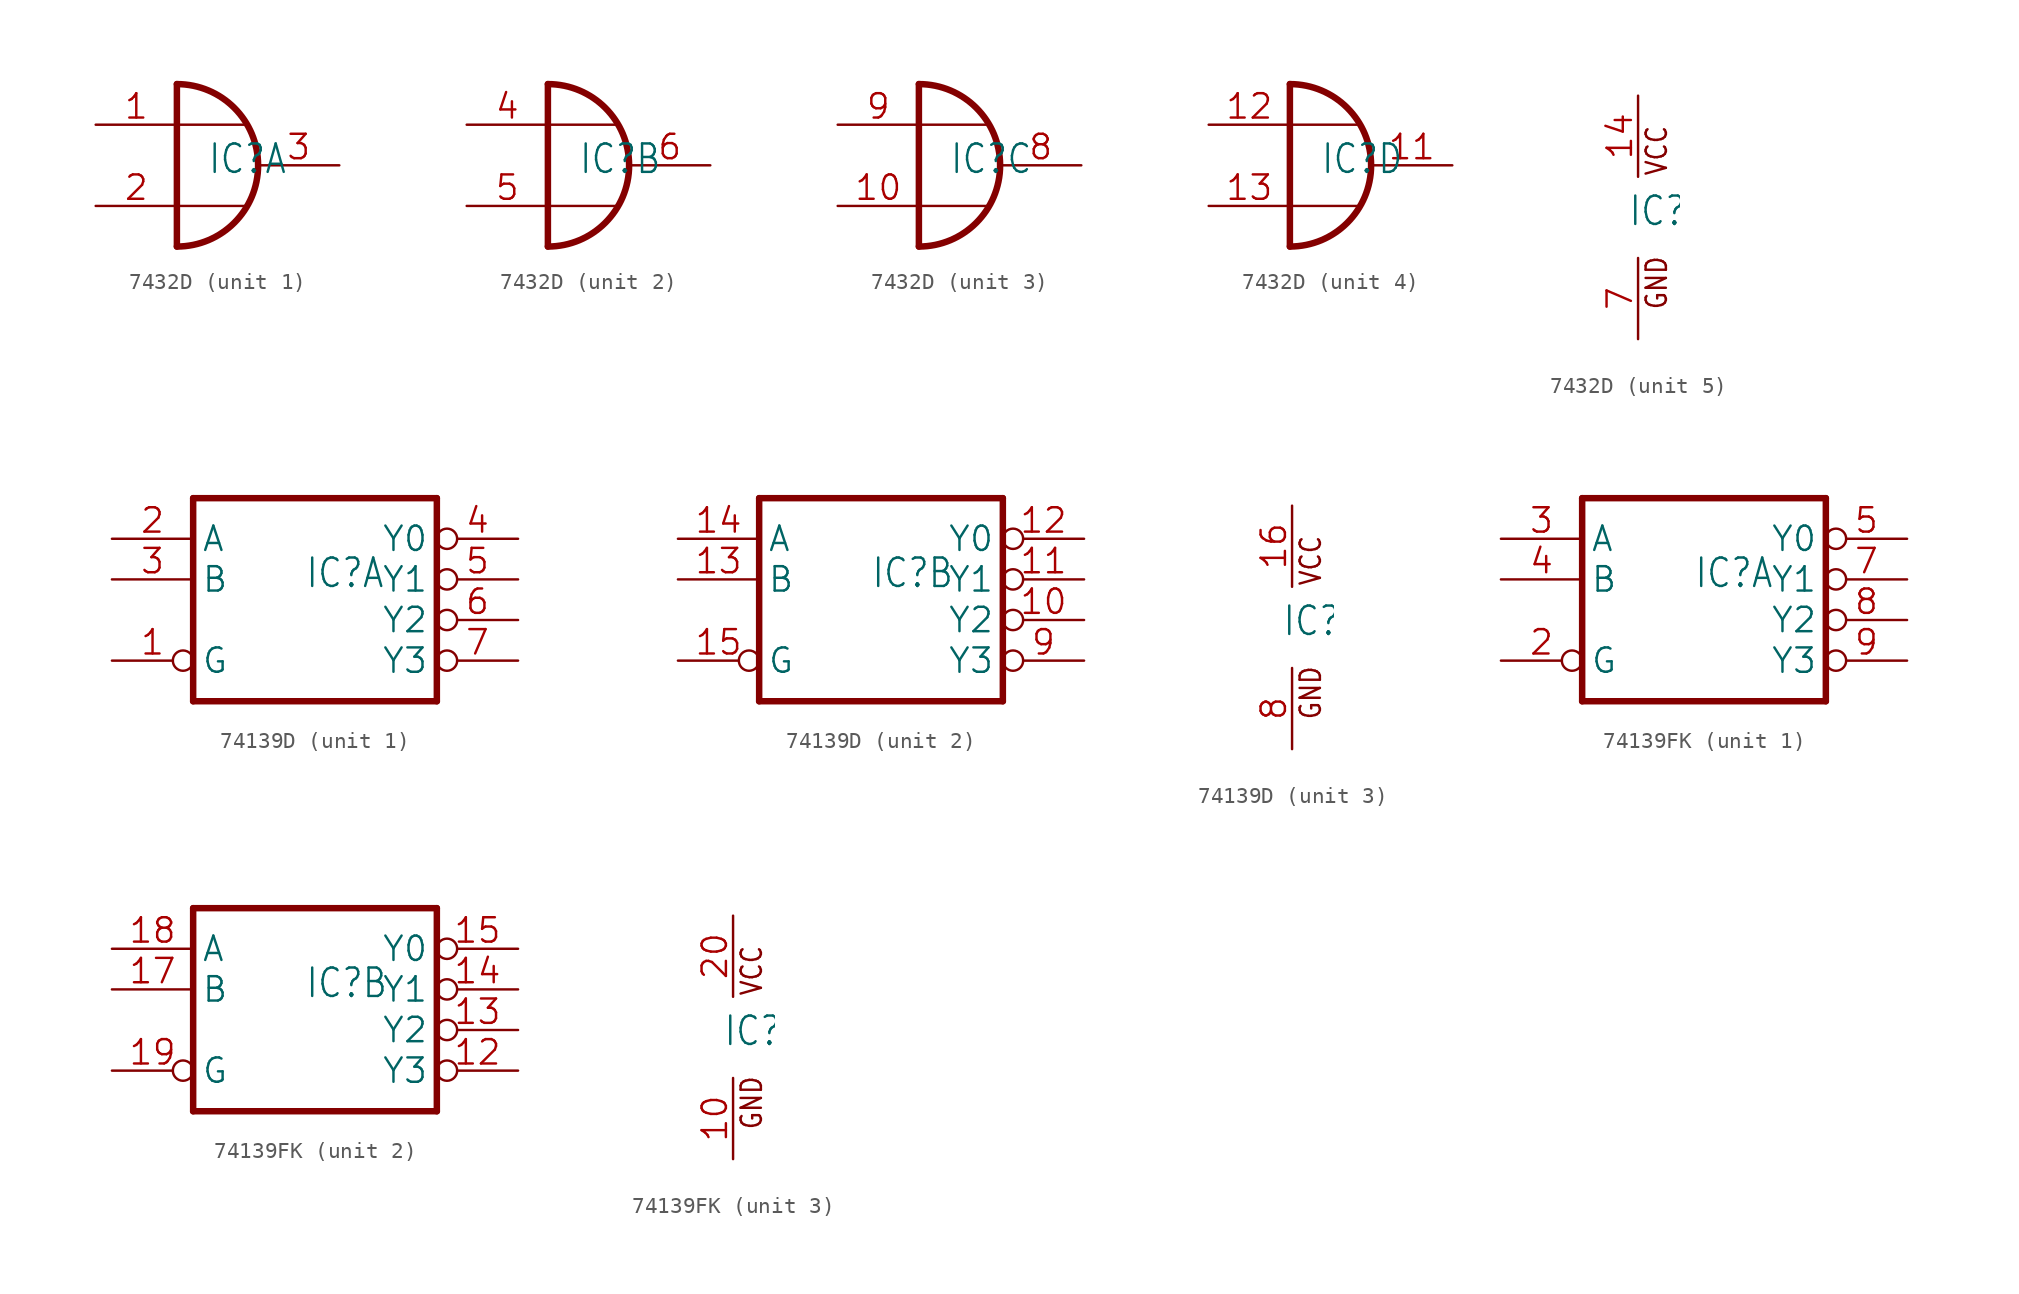
<source format=kicad_sym>
(kicad_symbol_lib
  (version 20241209)
  (generator "kicad_symbol_editor")
  (generator_version "9.0")
  (symbol "7432D"
    (property "Reference" "IC"
      (at -0.635 -0.635 0)
      (effects (font (size 1.778 1.511)) (justify left bottom)))
    (property "ki_locked" ""
      (at 0 0 0)
      (effects (font (size 1.27 1.27))))
    (symbol "7432D_1_0"
      (polyline (pts (xy -2.54 5.08) (xy -2.54 -5.08)) (stroke (width 0.406) (type solid)) (fill (type none)))
      (arc (start -2.54 5.08) (mid 2.5401 0.0001) (end -2.5398 -5.08) (stroke (width 0.4064) (type solid)) (fill (type none)))
      (polyline (pts (xy 1.778 2.54) (xy -2.54 2.54)) (stroke (width 0.152) (type solid)) (fill (type none)))
      (polyline (pts (xy 1.778 -2.54) (xy -2.54 -2.54)) (stroke (width 0.152) (type solid)) (fill (type none)))
      (pin input line (at -7.62 2.54 0) (length 5.08) (name "I0" (effects (font (size 0 0)))) (number "1" (effects (font (size 1.524 1.524)))))
      (pin input line (at -7.62 -2.54 0) (length 5.08) (name "I1" (effects (font (size 0 0)))) (number "2" (effects (font (size 1.524 1.524)))))
      (pin output line (at 7.62 0 180) (length 5.08) (name "O" (effects (font (size 0 0)))) (number "3" (effects (font (size 1.524 1.524))))))
    (symbol "7432D_2_0"
      (polyline (pts (xy -2.54 5.08) (xy -2.54 -5.08)) (stroke (width 0.406) (type solid)) (fill (type none)))
      (arc (start -2.54 5.08) (mid 2.5401 0.0001) (end -2.5398 -5.08) (stroke (width 0.4064) (type solid)) (fill (type none)))
      (polyline (pts (xy 1.778 2.54) (xy -2.54 2.54)) (stroke (width 0.152) (type solid)) (fill (type none)))
      (polyline (pts (xy 1.778 -2.54) (xy -2.54 -2.54)) (stroke (width 0.152) (type solid)) (fill (type none)))
      (pin input line (at -7.62 2.54 0) (length 5.08) (name "I0" (effects (font (size 0 0)))) (number "4" (effects (font (size 1.524 1.524)))))
      (pin input line (at -7.62 -2.54 0) (length 5.08) (name "I1" (effects (font (size 0 0)))) (number "5" (effects (font (size 1.524 1.524)))))
      (pin output line (at 7.62 0 180) (length 5.08) (name "O" (effects (font (size 0 0)))) (number "6" (effects (font (size 1.524 1.524))))))
    (symbol "7432D_3_0"
      (polyline (pts (xy -2.54 5.08) (xy -2.54 -5.08)) (stroke (width 0.406) (type solid)) (fill (type none)))
      (arc (start -2.54 5.08) (mid 2.5401 0.0001) (end -2.5398 -5.08) (stroke (width 0.4064) (type solid)) (fill (type none)))
      (polyline (pts (xy 1.778 2.54) (xy -2.54 2.54)) (stroke (width 0.152) (type solid)) (fill (type none)))
      (polyline (pts (xy 1.778 -2.54) (xy -2.54 -2.54)) (stroke (width 0.152) (type solid)) (fill (type none)))
      (pin input line (at -7.62 2.54 0) (length 5.08) (name "I0" (effects (font (size 0 0)))) (number "9" (effects (font (size 1.524 1.524)))))
      (pin input line (at -7.62 -2.54 0) (length 5.08) (name "I1" (effects (font (size 0 0)))) (number "10" (effects (font (size 1.524 1.524)))))
      (pin output line (at 7.62 0 180) (length 5.08) (name "O" (effects (font (size 0 0)))) (number "8" (effects (font (size 1.524 1.524))))))
    (symbol "7432D_4_0"
      (polyline (pts (xy -2.54 5.08) (xy -2.54 -5.08)) (stroke (width 0.406) (type solid)) (fill (type none)))
      (arc (start -2.54 5.08) (mid 2.5401 0.0001) (end -2.5398 -5.08) (stroke (width 0.4064) (type solid)) (fill (type none)))
      (polyline (pts (xy 1.778 2.54) (xy -2.54 2.54)) (stroke (width 0.152) (type solid)) (fill (type none)))
      (polyline (pts (xy 1.778 -2.54) (xy -2.54 -2.54)) (stroke (width 0.152) (type solid)) (fill (type none)))
      (pin input line (at -7.62 2.54 0) (length 5.08) (name "I0" (effects (font (size 0 0)))) (number "12" (effects (font (size 1.524 1.524)))))
      (pin input line (at -7.62 -2.54 0) (length 5.08) (name "I1" (effects (font (size 0 0)))) (number "13" (effects (font (size 1.524 1.524)))))
      (pin output line (at 7.62 0 180) (length 5.08) (name "O" (effects (font (size 0 0)))) (number "11" (effects (font (size 1.524 1.524))))))
    (symbol "7432D_5_0"
      (text "VCC" (at 1.905 2.54 900) (effects (font (size 1.27 1.079)) (justify left bottom)))
      (text "GND" (at 1.905 -5.842 900) (effects (font (size 1.27 1.079)) (justify left bottom)))
      (pin power_in line (at 0 7.62 270) (length 5.08) (name "VCC" (effects (font (size 0 0)))) (number "14" (effects (font (size 1.524 1.524)))))
      (pin power_in line (at 0 -7.62 90) (length 5.08) (name "GND" (effects (font (size 0 0)))) (number "7" (effects (font (size 1.524 1.524)))))))
  (symbol "74139D"
    (property "Reference" "IC"
      (at -0.635 -0.635 0)
      (effects (font (size 1.778 1.511)) (justify left bottom)))
    (property "ki_locked" ""
      (at 0 0 0)
      (effects (font (size 1.27 1.27))))
    (symbol "74139D_1_0"
      (polyline (pts (xy -7.62 5.08) (xy -7.62 -7.62)) (stroke (width 0.406) (type solid)) (fill (type none)))
      (polyline (pts (xy -7.62 -7.62) (xy 7.62 -7.62)) (stroke (width 0.406) (type solid)) (fill (type none)))
      (polyline (pts (xy 7.62 5.08) (xy -7.62 5.08)) (stroke (width 0.406) (type solid)) (fill (type none)))
      (polyline (pts (xy 7.62 -7.62) (xy 7.62 5.08)) (stroke (width 0.406) (type solid)) (fill (type none)))
      (pin input line (at -12.7 2.54 0) (length 5.08) (name "A" (effects (font (size 1.524 1.524)))) (number "2" (effects (font (size 1.524 1.524)))))
      (pin input line (at -12.7 0 0) (length 5.08) (name "B" (effects (font (size 1.524 1.524)))) (number "3" (effects (font (size 1.524 1.524)))))
      (pin input inverted (at -12.7 -5.08 0) (length 5.08) (name "G" (effects (font (size 1.524 1.524)))) (number "1" (effects (font (size 1.524 1.524)))))
      (pin output inverted (at 12.7 2.54 180) (length 5.08) (name "Y0" (effects (font (size 1.524 1.524)))) (number "4" (effects (font (size 1.524 1.524)))))
      (pin output inverted (at 12.7 0 180) (length 5.08) (name "Y1" (effects (font (size 1.524 1.524)))) (number "5" (effects (font (size 1.524 1.524)))))
      (pin output inverted (at 12.7 -2.54 180) (length 5.08) (name "Y2" (effects (font (size 1.524 1.524)))) (number "6" (effects (font (size 1.524 1.524)))))
      (pin output inverted (at 12.7 -5.08 180) (length 5.08) (name "Y3" (effects (font (size 1.524 1.524)))) (number "7" (effects (font (size 1.524 1.524))))))
    (symbol "74139D_2_0"
      (polyline (pts (xy -7.62 5.08) (xy -7.62 -7.62)) (stroke (width 0.406) (type solid)) (fill (type none)))
      (polyline (pts (xy -7.62 -7.62) (xy 7.62 -7.62)) (stroke (width 0.406) (type solid)) (fill (type none)))
      (polyline (pts (xy 7.62 5.08) (xy -7.62 5.08)) (stroke (width 0.406) (type solid)) (fill (type none)))
      (polyline (pts (xy 7.62 -7.62) (xy 7.62 5.08)) (stroke (width 0.406) (type solid)) (fill (type none)))
      (pin input line (at -12.7 2.54 0) (length 5.08) (name "A" (effects (font (size 1.524 1.524)))) (number "14" (effects (font (size 1.524 1.524)))))
      (pin input line (at -12.7 0 0) (length 5.08) (name "B" (effects (font (size 1.524 1.524)))) (number "13" (effects (font (size 1.524 1.524)))))
      (pin input inverted (at -12.7 -5.08 0) (length 5.08) (name "G" (effects (font (size 1.524 1.524)))) (number "15" (effects (font (size 1.524 1.524)))))
      (pin output inverted (at 12.7 2.54 180) (length 5.08) (name "Y0" (effects (font (size 1.524 1.524)))) (number "12" (effects (font (size 1.524 1.524)))))
      (pin output inverted (at 12.7 0 180) (length 5.08) (name "Y1" (effects (font (size 1.524 1.524)))) (number "11" (effects (font (size 1.524 1.524)))))
      (pin output inverted (at 12.7 -2.54 180) (length 5.08) (name "Y2" (effects (font (size 1.524 1.524)))) (number "10" (effects (font (size 1.524 1.524)))))
      (pin output inverted (at 12.7 -5.08 180) (length 5.08) (name "Y3" (effects (font (size 1.524 1.524)))) (number "9" (effects (font (size 1.524 1.524))))))
    (symbol "74139D_3_0"
      (text "VCC" (at 1.905 2.54 900) (effects (font (size 1.27 1.079)) (justify left bottom)))
      (text "GND" (at 1.905 -5.842 900) (effects (font (size 1.27 1.079)) (justify left bottom)))
      (pin power_in line (at 0 7.62 270) (length 5.08) (name "VCC" (effects (font (size 0 0)))) (number "16" (effects (font (size 1.524 1.524)))))
      (pin power_in line (at 0 -7.62 90) (length 5.08) (name "GND" (effects (font (size 0 0)))) (number "8" (effects (font (size 1.524 1.524)))))))
  (symbol "74139FK"
    (property "Reference" "IC"
      (at -0.635 -0.635 0)
      (effects (font (size 1.778 1.511)) (justify left bottom)))
    (property "ki_locked" ""
      (at 0 0 0)
      (effects (font (size 1.27 1.27))))
    (symbol "74139FK_1_0"
      (polyline (pts (xy -7.62 5.08) (xy -7.62 -7.62)) (stroke (width 0.406) (type solid)) (fill (type none)))
      (polyline (pts (xy -7.62 -7.62) (xy 7.62 -7.62)) (stroke (width 0.406) (type solid)) (fill (type none)))
      (polyline (pts (xy 7.62 5.08) (xy -7.62 5.08)) (stroke (width 0.406) (type solid)) (fill (type none)))
      (polyline (pts (xy 7.62 -7.62) (xy 7.62 5.08)) (stroke (width 0.406) (type solid)) (fill (type none)))
      (pin input line (at -12.7 2.54 0) (length 5.08) (name "A" (effects (font (size 1.524 1.524)))) (number "3" (effects (font (size 1.524 1.524)))))
      (pin input line (at -12.7 0 0) (length 5.08) (name "B" (effects (font (size 1.524 1.524)))) (number "4" (effects (font (size 1.524 1.524)))))
      (pin input inverted (at -12.7 -5.08 0) (length 5.08) (name "G" (effects (font (size 1.524 1.524)))) (number "2" (effects (font (size 1.524 1.524)))))
      (pin output inverted (at 12.7 2.54 180) (length 5.08) (name "Y0" (effects (font (size 1.524 1.524)))) (number "5" (effects (font (size 1.524 1.524)))))
      (pin output inverted (at 12.7 0 180) (length 5.08) (name "Y1" (effects (font (size 1.524 1.524)))) (number "7" (effects (font (size 1.524 1.524)))))
      (pin output inverted (at 12.7 -2.54 180) (length 5.08) (name "Y2" (effects (font (size 1.524 1.524)))) (number "8" (effects (font (size 1.524 1.524)))))
      (pin output inverted (at 12.7 -5.08 180) (length 5.08) (name "Y3" (effects (font (size 1.524 1.524)))) (number "9" (effects (font (size 1.524 1.524))))))
    (symbol "74139FK_2_0"
      (polyline (pts (xy -7.62 5.08) (xy -7.62 -7.62)) (stroke (width 0.406) (type solid)) (fill (type none)))
      (polyline (pts (xy -7.62 -7.62) (xy 7.62 -7.62)) (stroke (width 0.406) (type solid)) (fill (type none)))
      (polyline (pts (xy 7.62 5.08) (xy -7.62 5.08)) (stroke (width 0.406) (type solid)) (fill (type none)))
      (polyline (pts (xy 7.62 -7.62) (xy 7.62 5.08)) (stroke (width 0.406) (type solid)) (fill (type none)))
      (pin input line (at -12.7 2.54 0) (length 5.08) (name "A" (effects (font (size 1.524 1.524)))) (number "18" (effects (font (size 1.524 1.524)))))
      (pin input line (at -12.7 0 0) (length 5.08) (name "B" (effects (font (size 1.524 1.524)))) (number "17" (effects (font (size 1.524 1.524)))))
      (pin input inverted (at -12.7 -5.08 0) (length 5.08) (name "G" (effects (font (size 1.524 1.524)))) (number "19" (effects (font (size 1.524 1.524)))))
      (pin output inverted (at 12.7 2.54 180) (length 5.08) (name "Y0" (effects (font (size 1.524 1.524)))) (number "15" (effects (font (size 1.524 1.524)))))
      (pin output inverted (at 12.7 0 180) (length 5.08) (name "Y1" (effects (font (size 1.524 1.524)))) (number "14" (effects (font (size 1.524 1.524)))))
      (pin output inverted (at 12.7 -2.54 180) (length 5.08) (name "Y2" (effects (font (size 1.524 1.524)))) (number "13" (effects (font (size 1.524 1.524)))))
      (pin output inverted (at 12.7 -5.08 180) (length 5.08) (name "Y3" (effects (font (size 1.524 1.524)))) (number "12" (effects (font (size 1.524 1.524))))))
    (symbol "74139FK_3_0"
      (text "VCC" (at 1.905 2.54 900) (effects (font (size 1.27 1.079)) (justify left bottom)))
      (text "GND" (at 1.905 -5.842 900) (effects (font (size 1.27 1.079)) (justify left bottom)))
      (pin power_in line (at 0 7.62 270) (length 5.08) (name "VCC" (effects (font (size 0 0)))) (number "20" (effects (font (size 1.524 1.524)))))
      (pin power_in line (at 0 -7.62 90) (length 5.08) (name "GND" (effects (font (size 0 0)))) (number "10" (effects (font (size 1.524 1.524))))))))
</source>
